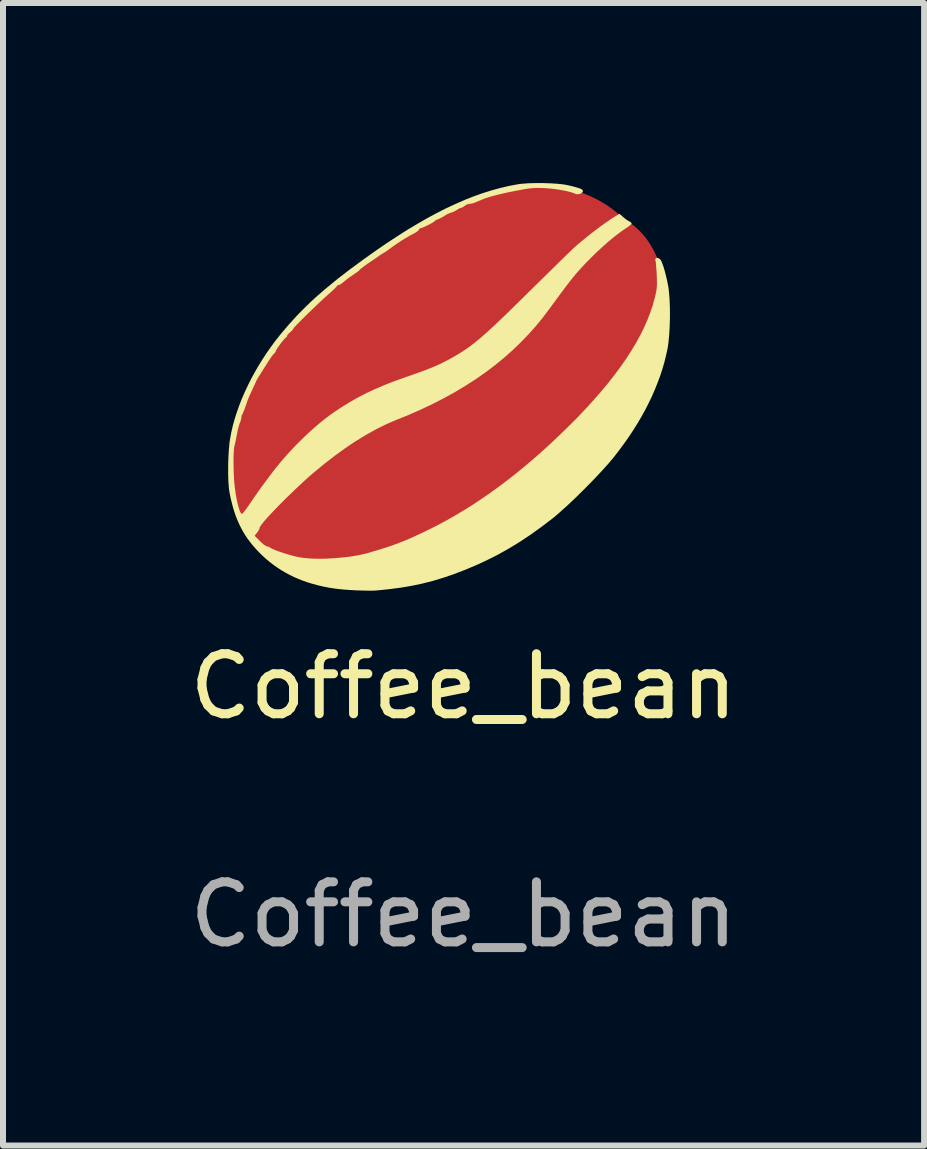
<source format=kicad_pcb>
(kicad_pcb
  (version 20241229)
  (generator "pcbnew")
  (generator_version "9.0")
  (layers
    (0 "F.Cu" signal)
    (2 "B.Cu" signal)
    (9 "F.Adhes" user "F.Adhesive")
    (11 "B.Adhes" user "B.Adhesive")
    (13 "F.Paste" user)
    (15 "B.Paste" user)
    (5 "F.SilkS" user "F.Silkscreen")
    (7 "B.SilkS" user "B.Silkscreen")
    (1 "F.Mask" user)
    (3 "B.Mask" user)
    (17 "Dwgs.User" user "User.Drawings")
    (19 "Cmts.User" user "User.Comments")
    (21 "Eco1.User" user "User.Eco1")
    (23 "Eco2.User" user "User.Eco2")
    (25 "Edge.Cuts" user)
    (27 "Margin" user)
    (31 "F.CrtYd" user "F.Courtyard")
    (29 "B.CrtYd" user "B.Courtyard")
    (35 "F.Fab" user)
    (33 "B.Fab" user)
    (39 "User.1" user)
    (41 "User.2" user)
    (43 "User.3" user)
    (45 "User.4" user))
  (footprint "Coffee_bean"
    (layer "F.Cu")
    (at 4.673 4.286)
    (property "Reference" "Coffee_bean" (at 0 4.1 0) (unlocked yes) (layer "F.SilkS") (effects (font (size 1 1) (thickness 0.15))))
    (fp_poly (pts (xy 1.336 -4.242) (xy 1.436 -4.238) (xy 1.534 -4.228) (xy 1.63 -4.214) (xy 1.725 -4.196) (xy 1.818 -4.173) (xy 1.91 -4.146) (xy 2 -4.114) (xy 2.089 -4.078) (xy 2.125 -4.062) (xy 2.159 -4.045) (xy 2.193 -4.029) (xy 2.226 -4.012) (xy 2.258 -3.995) (xy 2.289 -3.977) (xy 2.32 -3.959) (xy 2.351 -3.941) (xy 2.381 -3.922) (xy 2.41 -3.902) (xy 2.439 -3.881) (xy 2.469 -3.86) (xy 2.498 -3.838) (xy 2.527 -3.815) (xy 2.556 -3.791) (xy 2.586 -3.766) (xy 2.606 -3.749) (xy 2.628 -3.731) (xy 2.652 -3.712) (xy 2.678 -3.692) (xy 2.703 -3.673) (xy 2.728 -3.655) (xy 2.752 -3.637) (xy 2.774 -3.622) (xy 2.85 -3.565) (xy 2.921 -3.501) (xy 2.988 -3.43) (xy 3.051 -3.352) (xy 3.108 -3.267) (xy 3.161 -3.176) (xy 3.209 -3.079) (xy 3.251 -2.976) (xy 3.289 -2.868) (xy 3.321 -2.755) (xy 3.348 -2.636) (xy 3.37 -2.513) (xy 3.386 -2.385) (xy 3.396 -2.253) (xy 3.4 -2.117) (xy 3.399 -1.978) (xy 3.394 -1.857) (xy 3.385 -1.745) (xy 3.373 -1.638) (xy 3.365 -1.586) (xy 3.357 -1.534) (xy 3.347 -1.482) (xy 3.335 -1.43) (xy 3.309 -1.323) (xy 3.277 -1.21) (xy 3.238 -1.089) (xy 3.21 -1.007) (xy 3.179 -0.924) (xy 3.145 -0.84) (xy 3.108 -0.756) (xy 3.068 -0.671) (xy 3.026 -0.586) (xy 2.981 -0.501) (xy 2.934 -0.415) (xy 2.884 -0.329) (xy 2.832 -0.243) (xy 2.777 -0.157) (xy 2.719 -0.07) (xy 2.66 0.016) (xy 2.598 0.102) (xy 2.533 0.188) (xy 2.467 0.273) (xy 2.423 0.326) (xy 2.373 0.385) (xy 2.257 0.514) (xy 2.126 0.653) (xy 1.985 0.797) (xy 1.842 0.938) (xy 1.703 1.069) (xy 1.575 1.184) (xy 1.517 1.234) (xy 1.465 1.277) (xy 1.292 1.41) (xy 1.117 1.535) (xy 0.942 1.652) (xy 0.765 1.762) (xy 0.586 1.864) (xy 0.406 1.959) (xy 0.225 2.045) (xy 0.042 2.125) (xy -0.142 2.196) (xy -0.328 2.26) (xy -0.515 2.316) (xy -0.704 2.364) (xy -0.894 2.405) (xy -1.086 2.438) (xy -1.279 2.463) (xy -1.473 2.481) (xy -1.473 2.481) (xy -1.567 2.486) (xy -1.667 2.487) (xy -1.769 2.485) (xy -1.874 2.479) (xy -1.979 2.47) (xy -2.084 2.458) (xy -2.188 2.443) (xy -2.287 2.424) (xy -2.418 2.395) (xy -2.544 2.359) (xy -2.666 2.317) (xy -2.782 2.27) (xy -2.894 2.217) (xy -3.001 2.159) (xy -3.103 2.095) (xy -3.199 2.027) (xy -3.29 1.953) (xy -3.375 1.874) (xy -3.454 1.791) (xy -3.526 1.703) (xy -3.593 1.611) (xy -3.624 1.563) (xy -3.653 1.514) (xy -3.681 1.464) (xy -3.707 1.412) (xy -3.731 1.36) (xy -3.754 1.307) (xy -3.787 1.219) (xy -3.802 1.176) (xy -3.815 1.135) (xy -3.827 1.093) (xy -3.838 1.052) (xy -3.847 1.01) (xy -3.856 0.967) (xy -3.863 0.923) (xy -3.869 0.877) (xy -3.875 0.829) (xy -3.879 0.779) (xy -3.886 0.67) (xy -3.89 0.545) (xy -3.892 0.448) (xy -3.893 0.367) (xy -3.893 0.297) (xy -3.891 0.237) (xy -3.889 0.208) (xy -3.887 0.181) (xy -3.881 0.126) (xy -3.873 0.069) (xy -3.863 0.005) (xy -3.842 -0.101) (xy -3.817 -0.21) (xy -3.787 -0.319) (xy -3.752 -0.429) (xy -3.713 -0.54) (xy -3.67 -0.652) (xy -3.622 -0.763) (xy -3.57 -0.875) (xy -3.515 -0.985) (xy -3.455 -1.096) (xy -3.392 -1.205) (xy -3.326 -1.313) (xy -3.256 -1.42) (xy -3.182 -1.525) (xy -3.106 -1.628) (xy -3.026 -1.729) (xy -2.89 -1.89) (xy -2.751 -2.043) (xy -2.679 -2.117) (xy -2.605 -2.191) (xy -2.528 -2.264) (xy -2.449 -2.338) (xy -2.279 -2.485) (xy -2.091 -2.638) (xy -1.883 -2.798) (xy -1.651 -2.969) (xy -1.353 -3.179) (xy -1.065 -3.369) (xy -0.786 -3.541) (xy -0.517 -3.693) (xy -0.257 -3.827) (xy -0.005 -3.942) (xy 0.238 -4.038) (xy 0.473 -4.116) (xy 0.7 -4.175) (xy 0.919 -4.216) (xy 1.026 -4.229) (xy 1.131 -4.238) (xy 1.234 -4.243)) (stroke (width 0) (type solid)) (fill yes) (layer "F.Cu"))
    (fp_poly (pts (xy 1.403 -4.248) (xy 1.578 -4.229) (xy 1.664 -4.215) (xy 1.749 -4.197) (xy 1.832 -4.175) (xy 1.914 -4.149) (xy 1.995 -4.12) (xy 2.074 -4.087) (xy 2.125 -4.064) (xy 2.179 -4.037) (xy 2.234 -4.008) (xy 2.289 -3.977) (xy 2.341 -3.947) (xy 2.39 -3.916) (xy 2.432 -3.888) (xy 2.45 -3.875) (xy 2.466 -3.863) (xy 2.476 -3.855) (xy 2.492 -3.843) (xy 2.53 -3.815) (xy 2.536 -3.81) (xy 2.542 -3.805) (xy 2.548 -3.8) (xy 2.55 -3.798) (xy 2.552 -3.796) (xy 2.554 -3.794) (xy 2.556 -3.792) (xy 2.558 -3.79) (xy 2.559 -3.788) (xy 2.561 -3.786) (xy 2.562 -3.784) (xy 2.563 -3.782) (xy 2.564 -3.78) (xy 2.565 -3.779) (xy 2.565 -3.777) (xy 2.566 -3.775) (xy 2.566 -3.773) (xy 2.566 -3.771) (xy 2.566 -3.769) (xy 2.566 -3.767) (xy 2.566 -3.765) (xy 2.565 -3.763) (xy 2.565 -3.761) (xy 2.564 -3.759) (xy 2.563 -3.757) (xy 2.562 -3.755) (xy 2.561 -3.752) (xy 2.559 -3.747) (xy 2.557 -3.744) (xy 2.554 -3.741) (xy 2.552 -3.737) (xy 2.549 -3.734) (xy 2.545 -3.731) (xy 2.542 -3.728) (xy 2.538 -3.724) (xy 2.534 -3.721) (xy 2.53 -3.719) (xy 2.526 -3.716) (xy 2.522 -3.713) (xy 2.517 -3.711) (xy 2.513 -3.709) (xy 2.508 -3.707) (xy 2.504 -3.706) (xy 2.5 -3.705) (xy 2.495 -3.703) (xy 2.491 -3.702) (xy 2.487 -3.701) (xy 2.483 -3.7) (xy 2.48 -3.698) (xy 2.476 -3.697) (xy 2.473 -3.695) (xy 2.47 -3.694) (xy 2.467 -3.692) (xy 2.465 -3.691) (xy 2.464 -3.69) (xy 2.463 -3.69) (xy 2.462 -3.689) (xy 2.461 -3.688) (xy 2.46 -3.688) (xy 2.46 -3.687) (xy 2.459 -3.686) (xy 2.459 -3.686) (xy 2.458 -3.685) (xy 2.458 -3.684) (xy 2.458 -3.684) (xy 2.458 -3.683) (xy 2.458 -3.683) (xy 2.457 -3.682) (xy 2.456 -3.68) (xy 2.454 -3.678) (xy 2.451 -3.675) (xy 2.444 -3.668) (xy 2.434 -3.661) (xy 2.422 -3.652) (xy 2.408 -3.642) (xy 2.393 -3.632) (xy 2.377 -3.622) (xy 2.351 -3.605) (xy 2.325 -3.588) (xy 2.297 -3.568) (xy 2.265 -3.544) (xy 2.226 -3.514) (xy 2.177 -3.476) (xy 2.044 -3.37) (xy 1.972 -3.31) (xy 1.885 -3.234) (xy 1.783 -3.141) (xy 1.666 -3.031) (xy 1.387 -2.762) (xy 1.046 -2.425) (xy 0.82 -2.2) (xy 0.633 -2.017) (xy 0.477 -1.868) (xy 0.41 -1.805) (xy 0.347 -1.749) (xy 0.29 -1.698) (xy 0.235 -1.652) (xy 0.184 -1.61) (xy 0.134 -1.571) (xy 0.085 -1.535) (xy 0.036 -1.5) (xy -0.014 -1.466) (xy -0.065 -1.433) (xy -0.146 -1.383) (xy -0.235 -1.334) (xy -0.331 -1.286) (xy -0.434 -1.238) (xy -0.543 -1.192) (xy -0.657 -1.147) (xy -0.774 -1.105) (xy -0.895 -1.065) (xy -0.954 -1.046) (xy -1.007 -1.029) (xy -1.048 -1.015) (xy -1.063 -1.009) (xy -1.073 -1.006) (xy -1.268 -0.929) (xy -1.38 -0.882) (xy -1.493 -0.832) (xy -1.607 -0.777) (xy -1.721 -0.718) (xy -1.838 -0.653) (xy -1.956 -0.585) (xy -2.076 -0.511) (xy -2.199 -0.432) (xy -2.225 -0.414) (xy -2.254 -0.393) (xy -2.319 -0.342) (xy -2.393 -0.282) (xy -2.472 -0.214) (xy -2.553 -0.141) (xy -2.635 -0.067) (xy -2.713 0.008) (xy -2.786 0.081) (xy -2.847 0.146) (xy -2.919 0.227) (xy -2.997 0.318) (xy -3.08 0.417) (xy -3.162 0.518) (xy -3.241 0.618) (xy -3.314 0.713) (xy -3.376 0.798) (xy -3.403 0.836) (xy -3.429 0.871) (xy -3.449 0.898) (xy -3.456 0.907) (xy -3.46 0.913) (xy -3.466 0.92) (xy -3.475 0.933) (xy -3.502 0.972) (xy -3.537 1.025) (xy -3.577 1.086) (xy -3.618 1.148) (xy -3.656 1.202) (xy -3.672 1.225) (xy -3.685 1.244) (xy -3.696 1.259) (xy -3.703 1.268) (xy -3.703 1.268) (xy -3.711 1.277) (xy -3.719 1.285) (xy -3.723 1.288) (xy -3.727 1.29) (xy -3.73 1.292) (xy -3.734 1.294) (xy -3.737 1.295) (xy -3.741 1.295) (xy -3.744 1.295) (xy -3.747 1.295) (xy -3.75 1.294) (xy -3.754 1.292) (xy -3.757 1.29) (xy -3.76 1.287) (xy -3.763 1.284) (xy -3.766 1.28) (xy -3.773 1.27) (xy -3.779 1.259) (xy -3.786 1.244) (xy -3.793 1.227) (xy -3.8 1.208) (xy -3.807 1.186) (xy -3.815 1.161) (xy -3.839 1.08) (xy -3.86 1) (xy -3.876 0.921) (xy -3.888 0.84) (xy -3.898 0.755) (xy -3.904 0.665) (xy -3.908 0.567) (xy -3.909 0.459) (xy -3.908 0.367) (xy -3.904 0.277) (xy -3.898 0.188) (xy -3.889 0.101) (xy -3.877 0.014) (xy -3.862 -0.073) (xy -3.845 -0.159) (xy -3.825 -0.244) (xy -3.802 -0.33) (xy -3.776 -0.416) (xy -3.747 -0.502) (xy -3.715 -0.589) (xy -3.679 -0.676) (xy -3.641 -0.765) (xy -3.599 -0.855) (xy -3.554 -0.946) (xy -3.469 -1.106) (xy -3.378 -1.262) (xy -3.28 -1.415) (xy -3.174 -1.565) (xy -3.061 -1.713) (xy -2.94 -1.859) (xy -2.81 -2.003) (xy -2.671 -2.147) (xy -2.522 -2.29) (xy -2.363 -2.434) (xy -2.194 -2.577) (xy -2.014 -2.722) (xy -1.822 -2.868) (xy -1.619 -3.015) (xy -1.403 -3.165) (xy -1.174 -3.318) (xy -0.924 -3.477) (xy -0.68 -3.621) (xy -0.444 -3.751) (xy -0.213 -3.865) (xy 0.01 -3.964) (xy 0.227 -4.049) (xy 0.438 -4.119) (xy 0.643 -4.174) (xy 0.841 -4.215) (xy 1.034 -4.24) (xy 1.221 -4.251)) (stroke (width 0) (type solid)) (fill yes) (layer "F.Mask"))
    (fp_poly (pts (xy 2.891 -3.526) (xy 2.913 -3.505) (xy 2.934 -3.484) (xy 2.954 -3.463) (xy 2.973 -3.442) (xy 2.991 -3.421) (xy 3.009 -3.4) (xy 3.026 -3.378) (xy 3.042 -3.356) (xy 3.058 -3.333) (xy 3.074 -3.31) (xy 3.09 -3.285) (xy 3.105 -3.26) (xy 3.12 -3.233) (xy 3.136 -3.204) (xy 3.168 -3.143) (xy 3.19 -3.098) (xy 3.2 -3.078) (xy 3.208 -3.06) (xy 3.215 -3.043) (xy 3.221 -3.027) (xy 3.226 -3.011) (xy 3.23 -2.995) (xy 3.233 -2.978) (xy 3.236 -2.96) (xy 3.239 -2.94) (xy 3.241 -2.919) (xy 3.245 -2.868) (xy 3.248 -2.804) (xy 3.25 -2.766) (xy 3.25 -2.726) (xy 3.249 -2.683) (xy 3.248 -2.639) (xy 3.243 -2.549) (xy 3.235 -2.461) (xy 3.225 -2.378) (xy 3.219 -2.34) (xy 3.213 -2.305) (xy 3.206 -2.274) (xy 3.2 -2.247) (xy 3.193 -2.226) (xy 3.186 -2.209) (xy 3.181 -2.2) (xy 3.175 -2.185) (xy 3.156 -2.138) (xy 3.131 -2.075) (xy 3.104 -2.004) (xy 3.089 -1.966) (xy 3.074 -1.928) (xy 3.058 -1.891) (xy 3.043 -1.855) (xy 3.028 -1.822) (xy 3.015 -1.793) (xy 3.003 -1.768) (xy 2.993 -1.75) (xy 2.973 -1.715) (xy 2.952 -1.676) (xy 2.931 -1.639) (xy 2.914 -1.606) (xy 2.899 -1.577) (xy 2.883 -1.548) (xy 2.869 -1.523) (xy 2.859 -1.504) (xy 2.844 -1.479) (xy 2.823 -1.446) (xy 2.797 -1.407) (xy 2.77 -1.367) (xy 2.743 -1.328) (xy 2.72 -1.295) (xy 2.703 -1.271) (xy 2.697 -1.263) (xy 2.693 -1.259) (xy 2.692 -1.258) (xy 2.69 -1.256) (xy 2.686 -1.25) (xy 2.68 -1.242) (xy 2.673 -1.232) (xy 2.665 -1.22) (xy 2.656 -1.207) (xy 2.647 -1.193) (xy 2.637 -1.178) (xy 2.628 -1.163) (xy 2.618 -1.148) (xy 2.607 -1.132) (xy 2.597 -1.118) (xy 2.587 -1.104) (xy 2.578 -1.092) (xy 2.57 -1.082) (xy 2.566 -1.078) (xy 2.563 -1.074) (xy 2.557 -1.067) (xy 2.549 -1.059) (xy 2.542 -1.05) (xy 2.534 -1.041) (xy 2.526 -1.031) (xy 2.518 -1.021) (xy 2.511 -1.012) (xy 2.504 -1.003) (xy 2.433 -0.91) (xy 2.35 -0.809) (xy 2.259 -0.703) (xy 2.159 -0.591) (xy 1.939 -0.358) (xy 1.7 -0.119) (xy 1.453 0.116) (xy 1.206 0.339) (xy 0.969 0.539) (xy 0.857 0.628) (xy 0.752 0.707) (xy 0.732 0.722) (xy 0.713 0.736) (xy 0.696 0.749) (xy 0.68 0.761) (xy 0.667 0.771) (xy 0.657 0.779) (xy 0.65 0.785) (xy 0.647 0.788) (xy 0.646 0.789) (xy 0.634 0.8) (xy 0.612 0.818) (xy 0.545 0.868) (xy 0.456 0.931) (xy 0.356 1) (xy 0.257 1.067) (xy 0.169 1.124) (xy 0.104 1.164) (xy 0.084 1.175) (xy 0.073 1.179) (xy 0.072 1.179) (xy 0.071 1.179) (xy 0.07 1.18) (xy 0.068 1.18) (xy 0.065 1.181) (xy 0.063 1.182) (xy 0.061 1.183) (xy 0.058 1.185) (xy 0.056 1.186) (xy 0.053 1.188) (xy 0.051 1.19) (xy 0.048 1.192) (xy 0.046 1.194) (xy 0.044 1.197) (xy 0.041 1.199) (xy 0.039 1.201) (xy 0.037 1.204) (xy 0.034 1.207) (xy 0.03 1.21) (xy 0.02 1.219) (xy 0.006 1.229) (xy -0.011 1.24) (xy -0.03 1.253) (xy -0.051 1.266) (xy -0.074 1.279) (xy -0.097 1.292) (xy -0.277 1.394) (xy -0.321 1.418) (xy -0.385 1.451) (xy -0.548 1.533) (xy -0.722 1.618) (xy -0.861 1.683) (xy -0.932 1.714) (xy -1.007 1.744) (xy -1.166 1.802) (xy -1.335 1.857) (xy -1.509 1.906) (xy -1.684 1.949) (xy -1.856 1.985) (xy -2.021 2.012) (xy -2.099 2.022) (xy -2.174 2.03) (xy -2.174 2.03) (xy -2.242 2.035) (xy -2.311 2.038) (xy -2.379 2.039) (xy -2.448 2.038) (xy -2.515 2.035) (xy -2.583 2.029) (xy -2.65 2.023) (xy -2.716 2.014) (xy -2.781 2.003) (xy -2.845 1.99) (xy -2.908 1.976) (xy -2.969 1.959) (xy -3.03 1.941) (xy -3.088 1.921) (xy -3.145 1.899) (xy -3.201 1.876) (xy -3.222 1.865) (xy -3.246 1.852) (xy -3.273 1.836) (xy -3.301 1.817) (xy -3.33 1.797) (xy -3.359 1.776) (xy -3.388 1.754) (xy -3.417 1.732) (xy -3.444 1.71) (xy -3.47 1.688) (xy -3.493 1.667) (xy -3.513 1.648) (xy -3.53 1.631) (xy -3.543 1.616) (xy -3.547 1.61) (xy -3.551 1.604) (xy -3.553 1.6) (xy -3.553 1.596) (xy -3.552 1.589) (xy -3.546 1.579) (xy -3.526 1.549) (xy -3.493 1.508) (xy -3.45 1.457) (xy -3.337 1.331) (xy -3.2 1.185) (xy -3.049 1.029) (xy -2.896 0.877) (xy -2.753 0.739) (xy -2.63 0.628) (xy -2.545 0.555) (xy -2.483 0.502) (xy -2.418 0.449) (xy -2.326 0.374) (xy -2.256 0.318) (xy -2.184 0.263) (xy -2.037 0.156) (xy -1.886 0.054) (xy -1.734 -0.042) (xy -1.583 -0.131) (xy -1.508 -0.172) (xy -1.435 -0.21) (xy -1.362 -0.246) (xy -1.292 -0.279) (xy -1.224 -0.309) (xy -1.158 -0.336) (xy -1.107 -0.356) (xy -1.059 -0.375) (xy -1.017 -0.392) (xy -0.988 -0.405) (xy -0.795 -0.488) (xy -0.712 -0.526) (xy -0.615 -0.572) (xy -0.51 -0.624) (xy -0.402 -0.68) (xy -0.297 -0.735) (xy -0.201 -0.788) (xy -0.118 -0.835) (xy -0.055 -0.874) (xy -0.006 -0.905) (xy 0.04 -0.934) (xy 0.078 -0.957) (xy 0.093 -0.966) (xy 0.104 -0.972) (xy 0.12 -0.981) (xy 0.142 -0.995) (xy 0.2 -1.035) (xy 0.272 -1.086) (xy 0.352 -1.144) (xy 0.435 -1.206) (xy 0.514 -1.267) (xy 0.584 -1.323) (xy 0.639 -1.369) (xy 0.757 -1.475) (xy 0.875 -1.588) (xy 0.992 -1.706) (xy 1.106 -1.829) (xy 1.215 -1.954) (xy 1.318 -2.08) (xy 1.414 -2.204) (xy 1.459 -2.266) (xy 1.501 -2.326) (xy 1.561 -2.412) (xy 1.624 -2.497) (xy 1.689 -2.582) (xy 1.757 -2.666) (xy 1.826 -2.749) (xy 1.897 -2.831) (xy 1.969 -2.91) (xy 2.042 -2.988) (xy 2.116 -3.063) (xy 2.19 -3.136) (xy 2.265 -3.206) (xy 2.339 -3.272) (xy 2.413 -3.335) (xy 2.487 -3.395) (xy 2.56 -3.45) (xy 2.631 -3.502) (xy 2.796 -3.615)) (stroke (width 0) (type solid)) (fill yes) (layer "F.Mask"))
    (fp_poly (pts (xy 1.322 -4.286) (xy 1.445 -4.282) (xy 1.559 -4.275) (xy 1.612 -4.27) (xy 1.661 -4.264) (xy 1.704 -4.257) (xy 1.742 -4.249) (xy 1.777 -4.241) (xy 1.808 -4.234) (xy 1.837 -4.226) (xy 1.863 -4.22) (xy 1.874 -4.216) (xy 1.885 -4.213) (xy 1.896 -4.21) (xy 1.905 -4.207) (xy 1.914 -4.204) (xy 1.923 -4.201) (xy 1.931 -4.199) (xy 1.938 -4.196) (xy 1.945 -4.193) (xy 1.951 -4.19) (xy 1.956 -4.188) (xy 1.961 -4.185) (xy 1.966 -4.182) (xy 1.97 -4.18) (xy 1.973 -4.177) (xy 1.976 -4.175) (xy 1.979 -4.172) (xy 1.981 -4.169) (xy 1.983 -4.166) (xy 1.985 -4.164) (xy 1.986 -4.161) (xy 1.987 -4.158) (xy 1.987 -4.155) (xy 1.987 -4.152) (xy 1.987 -4.149) (xy 1.986 -4.145) (xy 1.985 -4.142) (xy 1.984 -4.139) (xy 1.982 -4.135) (xy 1.979 -4.132) (xy 1.977 -4.129) (xy 1.974 -4.126) (xy 1.97 -4.124) (xy 1.967 -4.121) (xy 1.959 -4.116) (xy 1.95 -4.112) (xy 1.941 -4.108) (xy 1.931 -4.105) (xy 1.92 -4.103) (xy 1.91 -4.101) (xy 1.899 -4.101) (xy 1.889 -4.101) (xy 1.884 -4.101) (xy 1.879 -4.102) (xy 1.874 -4.103) (xy 1.87 -4.105) (xy 1.865 -4.106) (xy 1.861 -4.108) (xy 1.845 -4.115) (xy 1.825 -4.123) (xy 1.802 -4.13) (xy 1.776 -4.138) (xy 1.718 -4.152) (xy 1.651 -4.165) (xy 1.58 -4.178) (xy 1.506 -4.188) (xy 1.432 -4.196) (xy 1.361 -4.202) (xy 1.306 -4.204) (xy 1.256 -4.205) (xy 1.211 -4.205) (xy 1.168 -4.203) (xy 1.125 -4.2) (xy 1.08 -4.195) (xy 1.033 -4.188) (xy 0.98 -4.178) (xy 0.868 -4.157) (xy 0.762 -4.136) (xy 0.664 -4.115) (xy 0.575 -4.094) (xy 0.495 -4.073) (xy 0.425 -4.053) (xy 0.366 -4.034) (xy 0.341 -4.025) (xy 0.319 -4.016) (xy 0.204 -3.968) (xy 0.198 -3.965) (xy 0.191 -3.962) (xy 0.176 -3.957) (xy 0.162 -3.952) (xy 0.148 -3.948) (xy 0.134 -3.945) (xy 0.127 -3.944) (xy 0.121 -3.943) (xy 0.116 -3.942) (xy 0.11 -3.941) (xy 0.105 -3.941) (xy 0.101 -3.94) (xy 0.097 -3.94) (xy 0.092 -3.94) (xy 0.087 -3.939) (xy 0.082 -3.938) (xy 0.077 -3.936) (xy 0.072 -3.935) (xy 0.066 -3.933) (xy 0.06 -3.93) (xy 0.055 -3.928) (xy 0.049 -3.925) (xy 0.044 -3.923) (xy 0.038 -3.92) (xy 0.033 -3.917) (xy 0.028 -3.913) (xy 0.023 -3.91) (xy 0.018 -3.906) (xy 0.014 -3.903) (xy 0.009 -3.9) (xy 0.005 -3.896) (xy 0.000109 -3.893) (xy -0.005 -3.89) (xy -0.009 -3.888) (xy -0.014 -3.885) (xy -0.018 -3.883) (xy -0.022 -3.88) (xy -0.026 -3.878) (xy -0.03 -3.877) (xy -0.034 -3.875) (xy -0.037 -3.874) (xy -0.04 -3.873) (xy -0.042 -3.873) (xy -0.044 -3.873) (xy -0.045 -3.873) (xy -0.047 -3.872) (xy -0.05 -3.872) (xy -0.053 -3.871) (xy -0.056 -3.87) (xy -0.06 -3.869) (xy -0.064 -3.867) (xy -0.068 -3.865) (xy -0.072 -3.863) (xy -0.077 -3.861) (xy -0.082 -3.858) (xy -0.091 -3.853) (xy -0.101 -3.846) (xy -0.106 -3.843) (xy -0.111 -3.84) (xy -0.116 -3.836) (xy -0.121 -3.833) (xy -0.127 -3.83) (xy -0.133 -3.826) (xy -0.145 -3.82) (xy -0.158 -3.813) (xy -0.17 -3.807) (xy -0.183 -3.802) (xy -0.189 -3.8) (xy -0.195 -3.798) (xy -0.2 -3.796) (xy -0.205 -3.795) (xy -0.211 -3.793) (xy -0.216 -3.792) (xy -0.222 -3.79) (xy -0.229 -3.787) (xy -0.243 -3.781) (xy -0.257 -3.775) (xy -0.271 -3.768) (xy -0.286 -3.76) (xy -0.299 -3.752) (xy -0.306 -3.748) (xy -0.312 -3.744) (xy -0.325 -3.735) (xy -0.339 -3.727) (xy -0.354 -3.718) (xy -0.37 -3.71) (xy -0.385 -3.702) (xy -0.4 -3.695) (xy -0.415 -3.688) (xy -0.427 -3.683) (xy -0.433 -3.681) (xy -0.439 -3.679) (xy -0.444 -3.677) (xy -0.45 -3.674) (xy -0.455 -3.672) (xy -0.459 -3.67) (xy -0.464 -3.667) (xy -0.468 -3.665) (xy -0.472 -3.663) (xy -0.475 -3.661) (xy -0.478 -3.659) (xy -0.479 -3.657) (xy -0.48 -3.657) (xy -0.481 -3.656) (xy -0.482 -3.655) (xy -0.483 -3.654) (xy -0.484 -3.653) (xy -0.484 -3.652) (xy -0.485 -3.651) (xy -0.485 -3.651) (xy -0.485 -3.65) (xy -0.486 -3.648) (xy -0.487 -3.646) (xy -0.494 -3.641) (xy -0.504 -3.634) (xy -0.518 -3.626) (xy -0.552 -3.607) (xy -0.591 -3.587) (xy -0.632 -3.567) (xy -0.67 -3.55) (xy -0.687 -3.543) (xy -0.7 -3.538) (xy -0.711 -3.535) (xy -0.718 -3.534) (xy -0.719 -3.534) (xy -0.72 -3.534) (xy -0.721 -3.534) (xy -0.722 -3.533) (xy -0.723 -3.533) (xy -0.724 -3.533) (xy -0.726 -3.532) (xy -0.728 -3.531) (xy -0.73 -3.53) (xy -0.731 -3.528) (xy -0.733 -3.527) (xy -0.735 -3.525) (xy -0.737 -3.523) (xy -0.738 -3.521) (xy -0.74 -3.518) (xy -0.741 -3.516) (xy -0.743 -3.514) (xy -0.744 -3.511) (xy -0.745 -3.509) (xy -0.746 -3.506) (xy -0.749 -3.503) (xy -0.751 -3.499) (xy -0.755 -3.496) (xy -0.759 -3.492) (xy -0.763 -3.488) (xy -0.768 -3.484) (xy -0.774 -3.48) (xy -0.78 -3.475) (xy -0.786 -3.471) (xy -0.793 -3.466) (xy -0.8 -3.462) (xy -0.807 -3.458) (xy -0.815 -3.453) (xy -0.822 -3.449) (xy -0.83 -3.445) (xy -0.873 -3.422) (xy -0.921 -3.396) (xy -0.971 -3.366) (xy -1.023 -3.334) (xy -1.074 -3.301) (xy -1.125 -3.267) (xy -1.173 -3.233) (xy -1.218 -3.201) (xy -1.237 -3.186) (xy -1.256 -3.172) (xy -1.273 -3.16) (xy -1.289 -3.149) (xy -1.302 -3.14) (xy -1.312 -3.133) (xy -1.316 -3.131) (xy -1.319 -3.129) (xy -1.321 -3.128) (xy -1.322 -3.128) (xy -1.323 -3.128) (xy -1.324 -3.127) (xy -1.326 -3.126) (xy -1.332 -3.123) (xy -1.34 -3.118) (xy -1.351 -3.111) (xy -1.364 -3.103) (xy -1.378 -3.094) (xy -1.393 -3.084) (xy -1.409 -3.073) (xy -1.442 -3.049) (xy -1.476 -3.026) (xy -1.505 -3.006) (xy -1.526 -2.992) (xy -1.564 -2.966) (xy -1.602 -2.941) (xy -1.636 -2.916) (xy -1.667 -2.893) (xy -1.694 -2.873) (xy -1.705 -2.864) (xy -1.715 -2.856) (xy -1.723 -2.849) (xy -1.729 -2.844) (xy -1.733 -2.839) (xy -1.734 -2.838) (xy -1.735 -2.836) (xy -1.736 -2.835) (xy -1.738 -2.832) (xy -1.741 -2.83) (xy -1.745 -2.826) (xy -1.755 -2.818) (xy -1.767 -2.808) (xy -1.782 -2.797) (xy -1.799 -2.786) (xy -1.817 -2.773) (xy -1.837 -2.76) (xy -1.857 -2.746) (xy -1.879 -2.731) (xy -1.901 -2.716) (xy -1.923 -2.7) (xy -1.944 -2.684) (xy -1.964 -2.668) (xy -1.982 -2.654) (xy -1.996 -2.642) (xy -2.003 -2.636) (xy -2.01 -2.63) (xy -2.016 -2.625) (xy -2.023 -2.62) (xy -2.03 -2.615) (xy -2.036 -2.61) (xy -2.042 -2.606) (xy -2.049 -2.602) (xy -2.055 -2.599) (xy -2.06 -2.595) (xy -2.065 -2.592) (xy -2.07 -2.59) (xy -2.075 -2.588) (xy -2.079 -2.587) (xy -2.082 -2.586) (xy -2.084 -2.586) (xy -2.085 -2.586) (xy -2.087 -2.586) (xy -2.088 -2.586) (xy -2.089 -2.586) (xy -2.09 -2.585) (xy -2.092 -2.585) (xy -2.093 -2.585) (xy -2.094 -2.585) (xy -2.095 -2.585) (xy -2.096 -2.584) (xy -2.097 -2.584) (xy -2.098 -2.584) (xy -2.099 -2.583) (xy -2.1 -2.583) (xy -2.101 -2.582) (xy -2.102 -2.582) (xy -2.103 -2.581) (xy -2.104 -2.581) (xy -2.105 -2.58) (xy -2.106 -2.58) (xy -2.106 -2.579) (xy -2.107 -2.578) (xy -2.107 -2.578) (xy -2.108 -2.577) (xy -2.109 -2.577) (xy -2.109 -2.576) (xy -2.109 -2.575) (xy -2.11 -2.574) (xy -2.11 -2.574) (xy -2.11 -2.573) (xy -2.11 -2.572) (xy -2.111 -2.571) (xy -2.111 -2.571) (xy -2.111 -2.569) (xy -2.113 -2.565) (xy -2.116 -2.561) (xy -2.121 -2.556) (xy -2.133 -2.543) (xy -2.149 -2.527) (xy -2.169 -2.508) (xy -2.191 -2.487) (xy -2.215 -2.465) (xy -2.242 -2.442) (xy -2.317 -2.375) (xy -2.408 -2.29) (xy -2.506 -2.196) (xy -2.605 -2.101) (xy -2.695 -2.012) (xy -2.77 -1.936) (xy -2.82 -1.883) (xy -2.834 -1.866) (xy -2.837 -1.861) (xy -2.839 -1.858) (xy -2.839 -1.857) (xy -2.839 -1.857) (xy -2.84 -1.854) (xy -2.841 -1.852) (xy -2.843 -1.849) (xy -2.845 -1.846) (xy -2.847 -1.843) (xy -2.85 -1.839) (xy -2.854 -1.835) (xy -2.857 -1.831) (xy -2.861 -1.827) (xy -2.865 -1.823) (xy -2.87 -1.819) (xy -2.874 -1.814) (xy -2.879 -1.81) (xy -2.884 -1.805) (xy -2.889 -1.801) (xy -2.895 -1.796) (xy -2.9 -1.792) (xy -2.905 -1.787) (xy -2.909 -1.783) (xy -2.914 -1.778) (xy -2.918 -1.774) (xy -2.922 -1.77) (xy -2.925 -1.766) (xy -2.929 -1.762) (xy -2.932 -1.758) (xy -2.934 -1.754) (xy -2.936 -1.751) (xy -2.938 -1.748) (xy -2.939 -1.745) (xy -2.94 -1.744) (xy -2.94 -1.743) (xy -2.94 -1.742) (xy -2.94 -1.741) (xy -2.94 -1.74) (xy -2.94 -1.739) (xy -2.941 -1.738) (xy -2.941 -1.737) (xy -2.941 -1.736) (xy -2.941 -1.735) (xy -2.942 -1.733) (xy -2.943 -1.731) (xy -2.944 -1.729) (xy -2.945 -1.727) (xy -2.947 -1.725) (xy -2.948 -1.723) (xy -2.95 -1.721) (xy -2.952 -1.719) (xy -2.954 -1.717) (xy -2.956 -1.715) (xy -2.958 -1.713) (xy -2.96 -1.712) (xy -2.963 -1.71) (xy -2.969 -1.705) (xy -2.978 -1.696) (xy -2.989 -1.685) (xy -3.001 -1.671) (xy -3.028 -1.638) (xy -3.056 -1.602) (xy -3.083 -1.564) (xy -3.105 -1.531) (xy -3.114 -1.517) (xy -3.121 -1.505) (xy -3.125 -1.496) (xy -3.126 -1.492) (xy -3.127 -1.49) (xy -3.127 -1.489) (xy -3.127 -1.488) (xy -3.127 -1.486) (xy -3.128 -1.484) (xy -3.129 -1.481) (xy -3.13 -1.479) (xy -3.131 -1.476) (xy -3.133 -1.474) (xy -3.134 -1.471) (xy -3.136 -1.468) (xy -3.138 -1.466) (xy -3.14 -1.463) (xy -3.143 -1.46) (xy -3.145 -1.458) (xy -3.148 -1.455) (xy -3.15 -1.453) (xy -3.153 -1.45) (xy -3.163 -1.44) (xy -3.177 -1.424) (xy -3.194 -1.401) (xy -3.215 -1.372) (xy -3.24 -1.334) (xy -3.269 -1.289) (xy -3.343 -1.172) (xy -3.381 -1.111) (xy -3.413 -1.062) (xy -3.419 -1.052) (xy -3.425 -1.042) (xy -3.432 -1.031) (xy -3.438 -1.019) (xy -3.444 -1.008) (xy -3.45 -0.997) (xy -3.455 -0.986) (xy -3.459 -0.977) (xy -3.533 -0.816) (xy -3.556 -0.767) (xy -3.576 -0.72) (xy -3.585 -0.699) (xy -3.592 -0.681) (xy -3.598 -0.666) (xy -3.602 -0.655) (xy -3.617 -0.61) (xy -3.632 -0.569) (xy -3.646 -0.53) (xy -3.659 -0.497) (xy -3.67 -0.469) (xy -3.679 -0.447) (xy -3.683 -0.438) (xy -3.686 -0.431) (xy -3.689 -0.426) (xy -3.691 -0.424) (xy -3.692 -0.422) (xy -3.694 -0.421) (xy -3.695 -0.419) (xy -3.696 -0.417) (xy -3.697 -0.414) (xy -3.697 -0.412) (xy -3.698 -0.409) (xy -3.699 -0.406) (xy -3.7 -0.403) (xy -3.7 -0.4) (xy -3.701 -0.397) (xy -3.701 -0.393) (xy -3.702 -0.39) (xy -3.702 -0.387) (xy -3.702 -0.383) (xy -3.702 -0.38) (xy -3.702 -0.376) (xy -3.703 -0.372) (xy -3.703 -0.368) (xy -3.704 -0.363) (xy -3.706 -0.352) (xy -3.709 -0.341) (xy -3.713 -0.329) (xy -3.717 -0.317) (xy -3.722 -0.305) (xy -3.726 -0.294) (xy -3.732 -0.28) (xy -3.738 -0.261) (xy -3.745 -0.238) (xy -3.752 -0.211) (xy -3.759 -0.182) (xy -3.766 -0.151) (xy -3.772 -0.12) (xy -3.779 -0.088) (xy -3.79 -0.027) (xy -3.801 0.027) (xy -3.806 0.049) (xy -3.81 0.068) (xy -3.813 0.082) (xy -3.816 0.09) (xy -3.82 0.106) (xy -3.824 0.128) (xy -3.829 0.191) (xy -3.832 0.272) (xy -3.833 0.366) (xy -3.831 0.468) (xy -3.828 0.572) (xy -3.822 0.671) (xy -3.814 0.761) (xy -3.808 0.806) (xy -3.802 0.851) (xy -3.796 0.894) (xy -3.789 0.936) (xy -3.781 0.976) (xy -3.773 1.014) (xy -3.765 1.05) (xy -3.757 1.084) (xy -3.748 1.114) (xy -3.74 1.142) (xy -3.732 1.166) (xy -3.723 1.186) (xy -3.715 1.202) (xy -3.711 1.209) (xy -3.707 1.214) (xy -3.704 1.219) (xy -3.7 1.222) (xy -3.696 1.224) (xy -3.693 1.224) (xy -3.69 1.223) (xy -3.687 1.221) (xy -3.682 1.216) (xy -3.676 1.211) (xy -3.662 1.195) (xy -3.645 1.173) (xy -3.625 1.148) (xy -3.604 1.118) (xy -3.581 1.086) (xy -3.558 1.051) (xy -3.519 0.994) (xy -3.475 0.93) (xy -3.377 0.791) (xy -3.275 0.652) (xy -3.183 0.53) (xy -3.126 0.457) (xy -3.067 0.385) (xy -3.006 0.313) (xy -2.943 0.242) (xy -2.88 0.172) (xy -2.815 0.103) (xy -2.749 0.036) (xy -2.682 -0.03) (xy -2.616 -0.094) (xy -2.548 -0.156) (xy -2.481 -0.216) (xy -2.414 -0.273) (xy -2.348 -0.328) (xy -2.282 -0.379) (xy -2.217 -0.428) (xy -2.153 -0.473) (xy -2.021 -0.56) (xy -1.889 -0.641) (xy -1.755 -0.717) (xy -1.617 -0.788) (xy -1.473 -0.855) (xy -1.321 -0.92) (xy -1.159 -0.984) (xy -0.984 -1.046) (xy -0.85 -1.093) (xy -0.735 -1.134) (xy -0.652 -1.164) (xy -0.626 -1.173) (xy -0.612 -1.179) (xy -0.591 -1.188) (xy -0.561 -1.2) (xy -0.485 -1.231) (xy -0.432 -1.254) (xy -0.371 -1.282) (xy -0.306 -1.315) (xy -0.238 -1.351) (xy -0.17 -1.389) (xy -0.103 -1.428) (xy -0.039 -1.467) (xy 0.019 -1.505) (xy 0.105 -1.565) (xy 0.194 -1.634) (xy 0.292 -1.715) (xy 0.404 -1.814) (xy 0.535 -1.935) (xy 0.691 -2.084) (xy 0.877 -2.265) (xy 1.098 -2.483) (xy 1.578 -2.955) (xy 1.743 -3.116) (xy 1.826 -3.196) (xy 1.907 -3.268) (xy 1.996 -3.342) (xy 2.09 -3.418) (xy 2.186 -3.493) (xy 2.281 -3.564) (xy 2.373 -3.63) (xy 2.458 -3.688) (xy 2.534 -3.736) (xy 2.597 -3.774) (xy 2.659 -3.72) (xy 2.672 -3.709) (xy 2.685 -3.698) (xy 2.7 -3.687) (xy 2.713 -3.677) (xy 2.727 -3.668) (xy 2.739 -3.66) (xy 2.745 -3.656) (xy 2.751 -3.653) (xy 2.755 -3.651) (xy 2.76 -3.648) (xy 2.764 -3.646) (xy 2.768 -3.644) (xy 2.772 -3.642) (xy 2.775 -3.64) (xy 2.779 -3.637) (xy 2.782 -3.635) (xy 2.785 -3.633) (xy 2.788 -3.63) (xy 2.791 -3.628) (xy 2.793 -3.625) (xy 2.794 -3.624) (xy 2.795 -3.623) (xy 2.796 -3.621) (xy 2.796 -3.62) (xy 2.797 -3.619) (xy 2.798 -3.618) (xy 2.798 -3.617) (xy 2.799 -3.616) (xy 2.799 -3.615) (xy 2.799 -3.614) (xy 2.799 -3.613) (xy 2.799 -3.612) (xy 2.799 -3.611) (xy 2.799 -3.609) (xy 2.797 -3.607) (xy 2.794 -3.603) (xy 2.791 -3.599) (xy 2.786 -3.595) (xy 2.781 -3.59) (xy 2.768 -3.579) (xy 2.752 -3.567) (xy 2.734 -3.553) (xy 2.714 -3.54) (xy 2.693 -3.526) (xy 2.652 -3.498) (xy 2.609 -3.467) (xy 2.563 -3.433) (xy 2.515 -3.396) (xy 2.416 -3.314) (xy 2.313 -3.223) (xy 2.208 -3.126) (xy 2.105 -3.024) (xy 2.004 -2.921) (xy 1.91 -2.817) (xy 1.868 -2.769) (xy 1.823 -2.715) (xy 1.774 -2.653) (xy 1.72 -2.583) (xy 1.594 -2.415) (xy 1.438 -2.202) (xy 1.325 -2.052) (xy 1.206 -1.906) (xy 1.081 -1.766) (xy 0.95 -1.63) (xy 0.814 -1.499) (xy 0.671 -1.373) (xy 0.522 -1.251) (xy 0.366 -1.133) (xy 0.204 -1.02) (xy 0.034 -0.911) (xy -0.142 -0.805) (xy -0.325 -0.704) (xy -0.516 -0.606) (xy -0.714 -0.512) (xy -0.919 -0.422) (xy -1.133 -0.335) (xy -1.211 -0.303) (xy -1.29 -0.267) (xy -1.371 -0.228) (xy -1.454 -0.187) (xy -1.537 -0.141) (xy -1.622 -0.093) (xy -1.707 -0.042) (xy -1.794 0.012) (xy -1.881 0.069) (xy -1.969 0.129) (xy -2.145 0.256) (xy -2.323 0.394) (xy -2.501 0.541) (xy -2.57 0.6) (xy -2.641 0.664) (xy -2.79 0.803) (xy -2.94 0.947) (xy -3.082 1.089) (xy -3.207 1.22) (xy -3.261 1.278) (xy -3.307 1.33) (xy -3.345 1.375) (xy -3.373 1.412) (xy -3.391 1.439) (xy -3.396 1.449) (xy -3.397 1.456) (xy -3.398 1.458) (xy -3.398 1.462) (xy -3.399 1.466) (xy -3.401 1.47) (xy -3.403 1.474) (xy -3.405 1.479) (xy -3.407 1.484) (xy -3.41 1.489) (xy -3.413 1.495) (xy -3.416 1.501) (xy -3.419 1.506) (xy -3.423 1.512) (xy -3.427 1.518) (xy -3.431 1.524) (xy -3.435 1.53) (xy -3.439 1.535) (xy -3.481 1.59) (xy -3.392 1.678) (xy -3.383 1.687) (xy -3.374 1.696) (xy -3.365 1.704) (xy -3.356 1.712) (xy -3.347 1.72) (xy -3.338 1.727) (xy -3.33 1.734) (xy -3.322 1.74) (xy -3.314 1.746) (xy -3.307 1.751) (xy -3.301 1.756) (xy -3.295 1.759) (xy -3.289 1.762) (xy -3.285 1.764) (xy -3.283 1.765) (xy -3.281 1.766) (xy -3.279 1.766) (xy -3.278 1.766) (xy -3.275 1.766) (xy -3.272 1.767) (xy -3.269 1.767) (xy -3.265 1.768) (xy -3.262 1.769) (xy -3.258 1.77) (xy -3.254 1.772) (xy -3.25 1.773) (xy -3.246 1.775) (xy -3.242 1.777) (xy -3.238 1.779) (xy -3.234 1.781) (xy -3.23 1.783) (xy -3.226 1.785) (xy -3.222 1.788) (xy -3.218 1.79) (xy -3.204 1.799) (xy -3.185 1.808) (xy -3.133 1.831) (xy -3.067 1.855) (xy -2.994 1.879) (xy -2.916 1.903) (xy -2.84 1.924) (xy -2.77 1.941) (xy -2.739 1.948) (xy -2.712 1.952) (xy -2.651 1.96) (xy -2.585 1.966) (xy -2.516 1.97) (xy -2.443 1.972) (xy -2.368 1.972) (xy -2.291 1.971) (xy -2.133 1.962) (xy -1.976 1.947) (xy -1.899 1.938) (xy -1.825 1.926) (xy -1.753 1.914) (xy -1.684 1.899) (xy -1.62 1.884) (xy -1.56 1.867) (xy -1.365 1.808) (xy -1.274 1.779) (xy -1.184 1.749) (xy -1.094 1.716) (xy -1.003 1.68) (xy -0.907 1.64) (xy -0.806 1.594) (xy -0.697 1.544) (xy -0.578 1.486) (xy -0.432 1.413) (xy -0.287 1.335) (xy -0.141 1.252) (xy 0.005 1.165) (xy 0.151 1.074) (xy 0.296 0.977) (xy 0.442 0.877) (xy 0.588 0.771) (xy 0.733 0.662) (xy 0.879 0.547) (xy 1.024 0.428) (xy 1.169 0.305) (xy 1.315 0.177) (xy 1.46 0.044) (xy 1.605 -0.093) (xy 1.75 -0.234) (xy 1.898 -0.382) (xy 2.037 -0.529) (xy 2.168 -0.673) (xy 2.292 -0.815) (xy 2.408 -0.954) (xy 2.516 -1.092) (xy 2.617 -1.228) (xy 2.71 -1.362) (xy 2.795 -1.494) (xy 2.873 -1.624) (xy 2.944 -1.753) (xy 3.007 -1.88) (xy 3.062 -2.005) (xy 3.11 -2.129) (xy 3.151 -2.251) (xy 3.184 -2.371) (xy 3.197 -2.424) (xy 3.207 -2.469) (xy 3.211 -2.49) (xy 3.214 -2.509) (xy 3.216 -2.529) (xy 3.218 -2.549) (xy 3.22 -2.568) (xy 3.221 -2.589) (xy 3.221 -2.611) (xy 3.221 -2.634) (xy 3.22 -2.685) (xy 3.218 -2.747) (xy 3.216 -2.788) (xy 3.214 -2.828) (xy 3.211 -2.866) (xy 3.208 -2.901) (xy 3.205 -2.932) (xy 3.203 -2.957) (xy 3.2 -2.976) (xy 3.199 -2.983) (xy 3.197 -2.988) (xy 3.196 -2.992) (xy 3.195 -2.997) (xy 3.195 -3.001) (xy 3.194 -3.006) (xy 3.194 -3.01) (xy 3.195 -3.013) (xy 3.196 -3.017) (xy 3.197 -3.02) (xy 3.198 -3.023) (xy 3.2 -3.026) (xy 3.201 -3.029) (xy 3.204 -3.031) (xy 3.206 -3.033) (xy 3.208 -3.035) (xy 3.211 -3.036) (xy 3.214 -3.037) (xy 3.217 -3.038) (xy 3.22 -3.039) (xy 3.224 -3.039) (xy 3.227 -3.04) (xy 3.231 -3.039) (xy 3.235 -3.039) (xy 3.238 -3.038) (xy 3.242 -3.037) (xy 3.246 -3.035) (xy 3.25 -3.034) (xy 3.254 -3.031) (xy 3.258 -3.029) (xy 3.262 -3.026) (xy 3.266 -3.023) (xy 3.27 -3.019) (xy 3.274 -3.016) (xy 3.281 -3.007) (xy 3.288 -2.996) (xy 3.296 -2.982) (xy 3.303 -2.965) (xy 3.319 -2.925) (xy 3.336 -2.874) (xy 3.353 -2.815) (xy 3.37 -2.748) (xy 3.388 -2.674) (xy 3.404 -2.594) (xy 3.413 -2.545) (xy 3.42 -2.489) (xy 3.431 -2.361) (xy 3.437 -2.216) (xy 3.438 -2.063) (xy 3.434 -1.91) (xy 3.426 -1.762) (xy 3.413 -1.63) (xy 3.405 -1.571) (xy 3.396 -1.519) (xy 3.371 -1.406) (xy 3.343 -1.294) (xy 3.31 -1.181) (xy 3.273 -1.069) (xy 3.231 -0.957) (xy 3.186 -0.845) (xy 3.137 -0.732) (xy 3.083 -0.62) (xy 3.026 -0.508) (xy 2.964 -0.396) (xy 2.898 -0.284) (xy 2.828 -0.172) (xy 2.754 -0.06) (xy 2.676 0.051) (xy 2.593 0.163) (xy 2.507 0.275) (xy 2.463 0.328) (xy 2.413 0.387) (xy 2.295 0.518) (xy 2.161 0.66) (xy 2.017 0.807) (xy 1.871 0.951) (xy 1.729 1.085) (xy 1.599 1.202) (xy 1.541 1.252) (xy 1.488 1.296) (xy 1.306 1.435) (xy 1.127 1.564) (xy 0.947 1.684) (xy 0.857 1.74) (xy 0.767 1.794) (xy 0.676 1.846) (xy 0.585 1.897) (xy 0.493 1.945) (xy 0.399 1.991) (xy 0.305 2.036) (xy 0.21 2.079) (xy 0.015 2.161) (xy -0.168 2.231) (xy -0.345 2.291) (xy -0.518 2.343) (xy -0.692 2.387) (xy -0.869 2.424) (xy -1.052 2.455) (xy -1.245 2.48) (xy -1.45 2.501) (xy -1.45 2.501) (xy -1.512 2.504) (xy -1.592 2.504) (xy -1.687 2.502) (xy -1.789 2.499) (xy -1.892 2.493) (xy -1.992 2.486) (xy -2.082 2.477) (xy -2.156 2.468) (xy -2.249 2.453) (xy -2.339 2.435) (xy -2.426 2.415) (xy -2.511 2.392) (xy -2.594 2.367) (xy -2.674 2.339) (xy -2.751 2.309) (xy -2.827 2.276) (xy -2.9 2.24) (xy -2.971 2.202) (xy -3.04 2.161) (xy -3.107 2.117) (xy -3.172 2.071) (xy -3.236 2.021) (xy -3.298 1.969) (xy -3.358 1.914) (xy -3.412 1.86) (xy -3.463 1.806) (xy -3.511 1.751) (xy -3.556 1.695) (xy -3.598 1.639) (xy -3.637 1.581) (xy -3.673 1.522) (xy -3.707 1.46) (xy -3.738 1.397) (xy -3.767 1.332) (xy -3.794 1.264) (xy -3.818 1.193) (xy -3.841 1.119) (xy -3.861 1.042) (xy -3.881 0.962) (xy -3.898 0.877) (xy -3.904 0.838) (xy -3.91 0.794) (xy -3.918 0.688) (xy -3.922 0.568) (xy -3.922 0.439) (xy -3.919 0.307) (xy -3.912 0.18) (xy -3.902 0.062) (xy -3.896 0.01) (xy -3.888 -0.038) (xy -3.868 -0.143) (xy -3.843 -0.25) (xy -3.813 -0.358) (xy -3.778 -0.467) (xy -3.739 -0.578) (xy -3.696 -0.688) (xy -3.648 -0.799) (xy -3.596 -0.91) (xy -3.541 -1.021) (xy -3.481 -1.131) (xy -3.418 -1.24) (xy -3.352 -1.347) (xy -3.282 -1.454) (xy -3.209 -1.558) (xy -3.133 -1.661) (xy -3.054 -1.761) (xy -2.916 -1.924) (xy -2.775 -2.079) (xy -2.701 -2.155) (xy -2.626 -2.23) (xy -2.548 -2.305) (xy -2.467 -2.38) (xy -2.294 -2.53) (xy -2.105 -2.685) (xy -1.895 -2.847) (xy -1.662 -3.018) (xy -1.475 -3.151) (xy -1.294 -3.276) (xy -1.117 -3.392) (xy -0.945 -3.502) (xy -0.776 -3.603) (xy -0.611 -3.698) (xy -0.45 -3.785) (xy -0.292 -3.865) (xy -0.138 -3.937) (xy 0.015 -4.004) (xy 0.164 -4.063) (xy 0.312 -4.116) (xy 0.458 -4.162) (xy 0.602 -4.202) (xy 0.745 -4.236) (xy 0.887 -4.263) (xy 0.928 -4.27) (xy 0.975 -4.275) (xy 1.081 -4.283) (xy 1.199 -4.286)) (stroke (width 0) (type solid)) (fill yes) (layer "F.SilkS"))
    (fp_text user "${REFERENCE}" (at 0 7.9 0) (unlocked yes) (layer "F.Fab") (effects (font (size 1 1) (thickness 0.15)))))
  (gr_rect
    (start -3 -3)
    (end 12.345 16.034)
    (stroke (width 0.1) (type default))
    (fill no)
    (layer "Edge.Cuts")))
</source>
